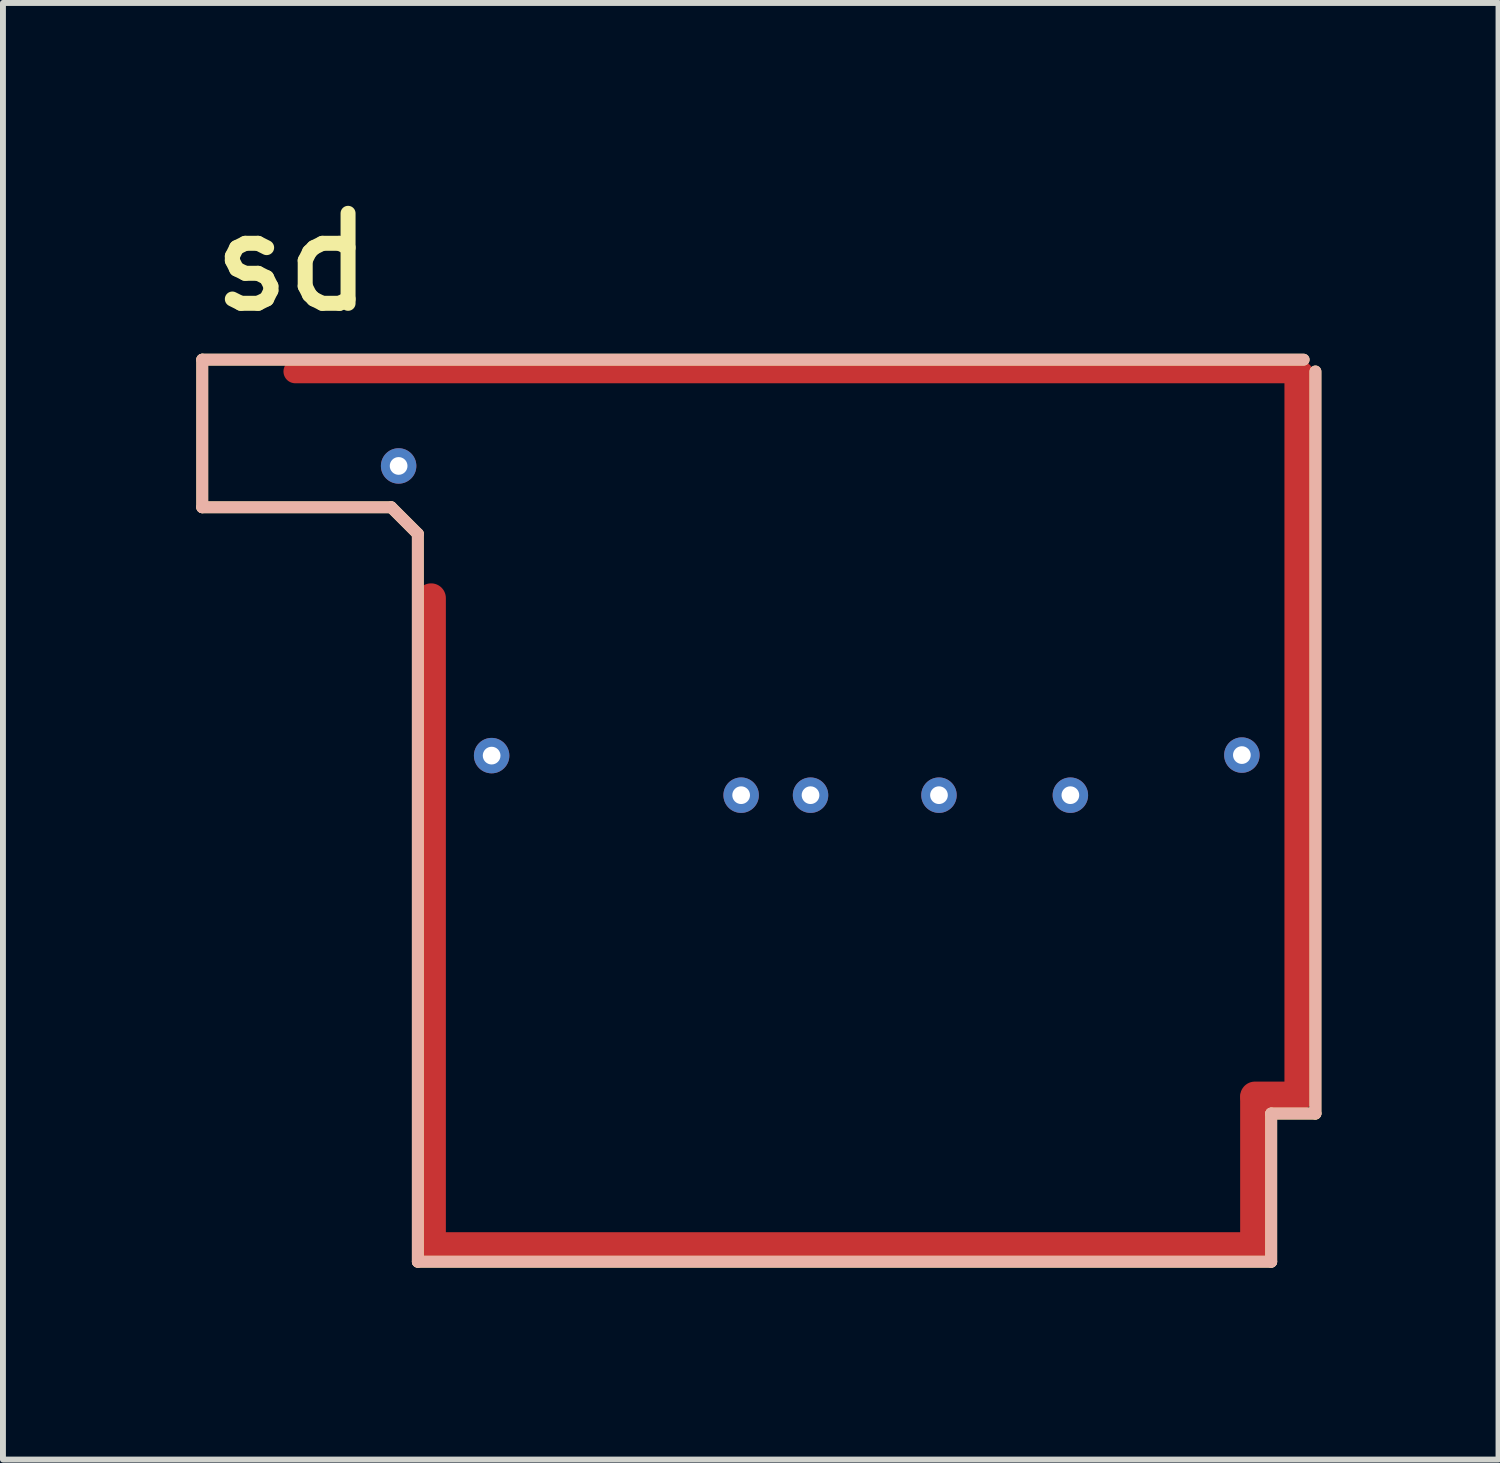
<source format=kicad_pcb>
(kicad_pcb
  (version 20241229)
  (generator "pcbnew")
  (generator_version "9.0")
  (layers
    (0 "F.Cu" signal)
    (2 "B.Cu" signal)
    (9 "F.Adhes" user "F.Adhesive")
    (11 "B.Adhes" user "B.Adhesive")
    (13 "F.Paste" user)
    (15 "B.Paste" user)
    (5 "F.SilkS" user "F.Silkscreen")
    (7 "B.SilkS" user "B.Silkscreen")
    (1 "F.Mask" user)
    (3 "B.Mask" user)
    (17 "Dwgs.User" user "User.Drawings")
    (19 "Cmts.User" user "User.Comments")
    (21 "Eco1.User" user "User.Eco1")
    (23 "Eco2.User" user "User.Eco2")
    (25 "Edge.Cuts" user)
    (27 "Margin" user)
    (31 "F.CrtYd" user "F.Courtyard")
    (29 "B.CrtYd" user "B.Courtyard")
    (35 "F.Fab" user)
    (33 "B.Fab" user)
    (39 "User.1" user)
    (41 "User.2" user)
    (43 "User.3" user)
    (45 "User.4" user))
  (footprint "sd"
    (layer "F.Cu")
    (at 0.275 18.415)
    (property "Reference" "sd" (at 0.152 -16.129 0) (unlocked yes) (layer "F.SilkS") (effects (font (size 1.524 1.524) (thickness 0.254)) (justify left bottom)))
    (attr through_hole)
    (fp_line (start 0.1 -15.375) (end 18.75 -15.375) (stroke (width 0.2) (type solid)) (layer "F.SilkS"))
    (fp_line (start 0.1 -12.875) (end 0.1 -15.375) (stroke (width 0.2) (type solid)) (layer "F.SilkS"))
    (fp_line (start 0.1 -12.875) (end 3.3 -12.875) (stroke (width 0.2) (type solid)) (layer "F.SilkS"))
    (fp_line (start 3.3 -12.875) (end 3.75 -12.425) (stroke (width 0.2) (type solid)) (layer "F.SilkS"))
    (fp_line (start 3.75 -0.1) (end 3.75 -12.425) (stroke (width 0.2) (type solid)) (layer "F.SilkS"))
    (fp_line (start 3.75 -0.1) (end 18.201 -0.1) (stroke (width 0.2) (type solid)) (layer "F.SilkS"))
    (fp_line (start 18.201 -2.608) (end 18.95 -2.608) (stroke (width 0.2) (type solid)) (layer "F.SilkS"))
    (fp_line (start 18.201 -0.1) (end 18.201 -2.608) (stroke (width 0.2) (type solid)) (layer "F.SilkS"))
    (fp_line (start 18.95 -2.608) (end 18.95 -15.175) (stroke (width 0.2) (type solid)) (layer "F.SilkS"))
    (fp_line (start 0.1 -15.375) (end 18.75 -15.375) (stroke (width 0.2) (type solid)) (layer "B.SilkS"))
    (fp_line (start 0.1 -12.875) (end 0.1 -15.375) (stroke (width 0.2) (type solid)) (layer "B.SilkS"))
    (fp_line (start 0.1 -12.875) (end 3.3 -12.875) (stroke (width 0.2) (type solid)) (layer "B.SilkS"))
    (fp_line (start 3.3 -12.875) (end 3.75 -12.425) (stroke (width 0.2) (type solid)) (layer "B.SilkS"))
    (fp_line (start 3.75 -0.1) (end 3.75 -12.425) (stroke (width 0.2) (type solid)) (layer "B.SilkS"))
    (fp_line (start 3.75 -0.1) (end 18.201 -0.1) (stroke (width 0.2) (type solid)) (layer "B.SilkS"))
    (fp_line (start 18.201 -2.61) (end 18.95 -2.61) (stroke (width 0.2) (type solid)) (layer "B.SilkS"))
    (fp_line (start 18.201 -0.1) (end 18.201 -2.61) (stroke (width 0.2) (type solid)) (layer "B.SilkS"))
    (fp_line (start 18.95 -2.61) (end 18.95 -15.175) (stroke (width 0.2) (type solid)) (layer "B.SilkS"))
    (pad "G" smd oval (at 3.975 -5.887) (size 0.5 11.4) (layers "F.Cu" "F.Paste"))
    (pad "G" smd oval (at 10.175 -15.175 270) (size 0.4 17.4) (layers "F.Cu" "F.Paste"))
    (pad "G" smd oval (at 10.945 -0.35) (size 14.45 0.5) (layers "F.Cu" "F.Paste"))
    (pad "G" smd oval (at 17.925 -1.625) (size 0.5 3) (layers "F.Cu" "F.Paste"))
    (pad "G" smd oval (at 18.275 -2.9 90) (size 0.5 1.2) (layers "F.Cu" "F.Paste"))
    (pad "G" smd oval (at 18.675 -9.012) (size 0.5 12.7) (layers "F.Cu" "F.Paste"))
    (pad "V1" thru_hole circle (at 3.425 -13.575 90) (size 0.6 0.6) (drill 0.3) (layers "*.Cu" "*.Mask"))
    (pad "V2" thru_hole circle (at 5 -8.67 180) (size 0.6 0.6) (drill 0.3) (layers "*.Cu" "*.Mask"))
    (pad "V3" thru_hole circle (at 17.704 -8.679 180) (size 0.6 0.6) (drill 0.3) (layers "*.Cu" "*.Mask"))
    (pad "V4" thru_hole circle (at 9.225 -8 180) (size 0.6 0.6) (drill 0.3) (layers "*.Cu" "*.Mask"))
    (pad "V5" thru_hole circle (at 10.4 -8 180) (size 0.6 0.6) (drill 0.3) (layers "*.Cu" "*.Mask"))
    (pad "V6" thru_hole circle (at 12.575 -8 180) (size 0.6 0.6) (drill 0.3) (layers "*.Cu" "*.Mask"))
    (pad "V7" thru_hole circle (at 14.8 -8 180) (size 0.6 0.6) (drill 0.3) (layers "*.Cu" "*.Mask"))
    (zone (net_name "") (layer "F.Cu") (hatch edge 0.2) (connect_pads) (min_thickness 0.254) (filled_areas_thickness no) (keepout (tracks allowed) (vias allowed) (pads allowed) (copperpour not_allowed) (footprints allowed)) (placement (enabled no)) (fill) (polygon (pts (xy 0.000003 5.79) (xy 0 2.785) (xy 1.733 2.785) (xy 1.734 3.124) (xy 1.85 3.24) (xy 1.862 3.228) (xy 18.887 3.228) (xy 18.876 3.239) (xy 18.876 15.515) (xy 18.217 15.515) (xy 18.217 18.04) (xy 4.2 18.04) (xy 4.225 18.015) (xy 4.225 7.14) (xy 3.674 7.14) (xy 3.674 6.139) (xy 3.325 5.79)))))
  (gr_rect
    (start -3 -3)
    (end 22.325 21.665)
    (stroke (width 0.1) (type default))
    (fill no)
    (layer "Edge.Cuts")))
</source>
